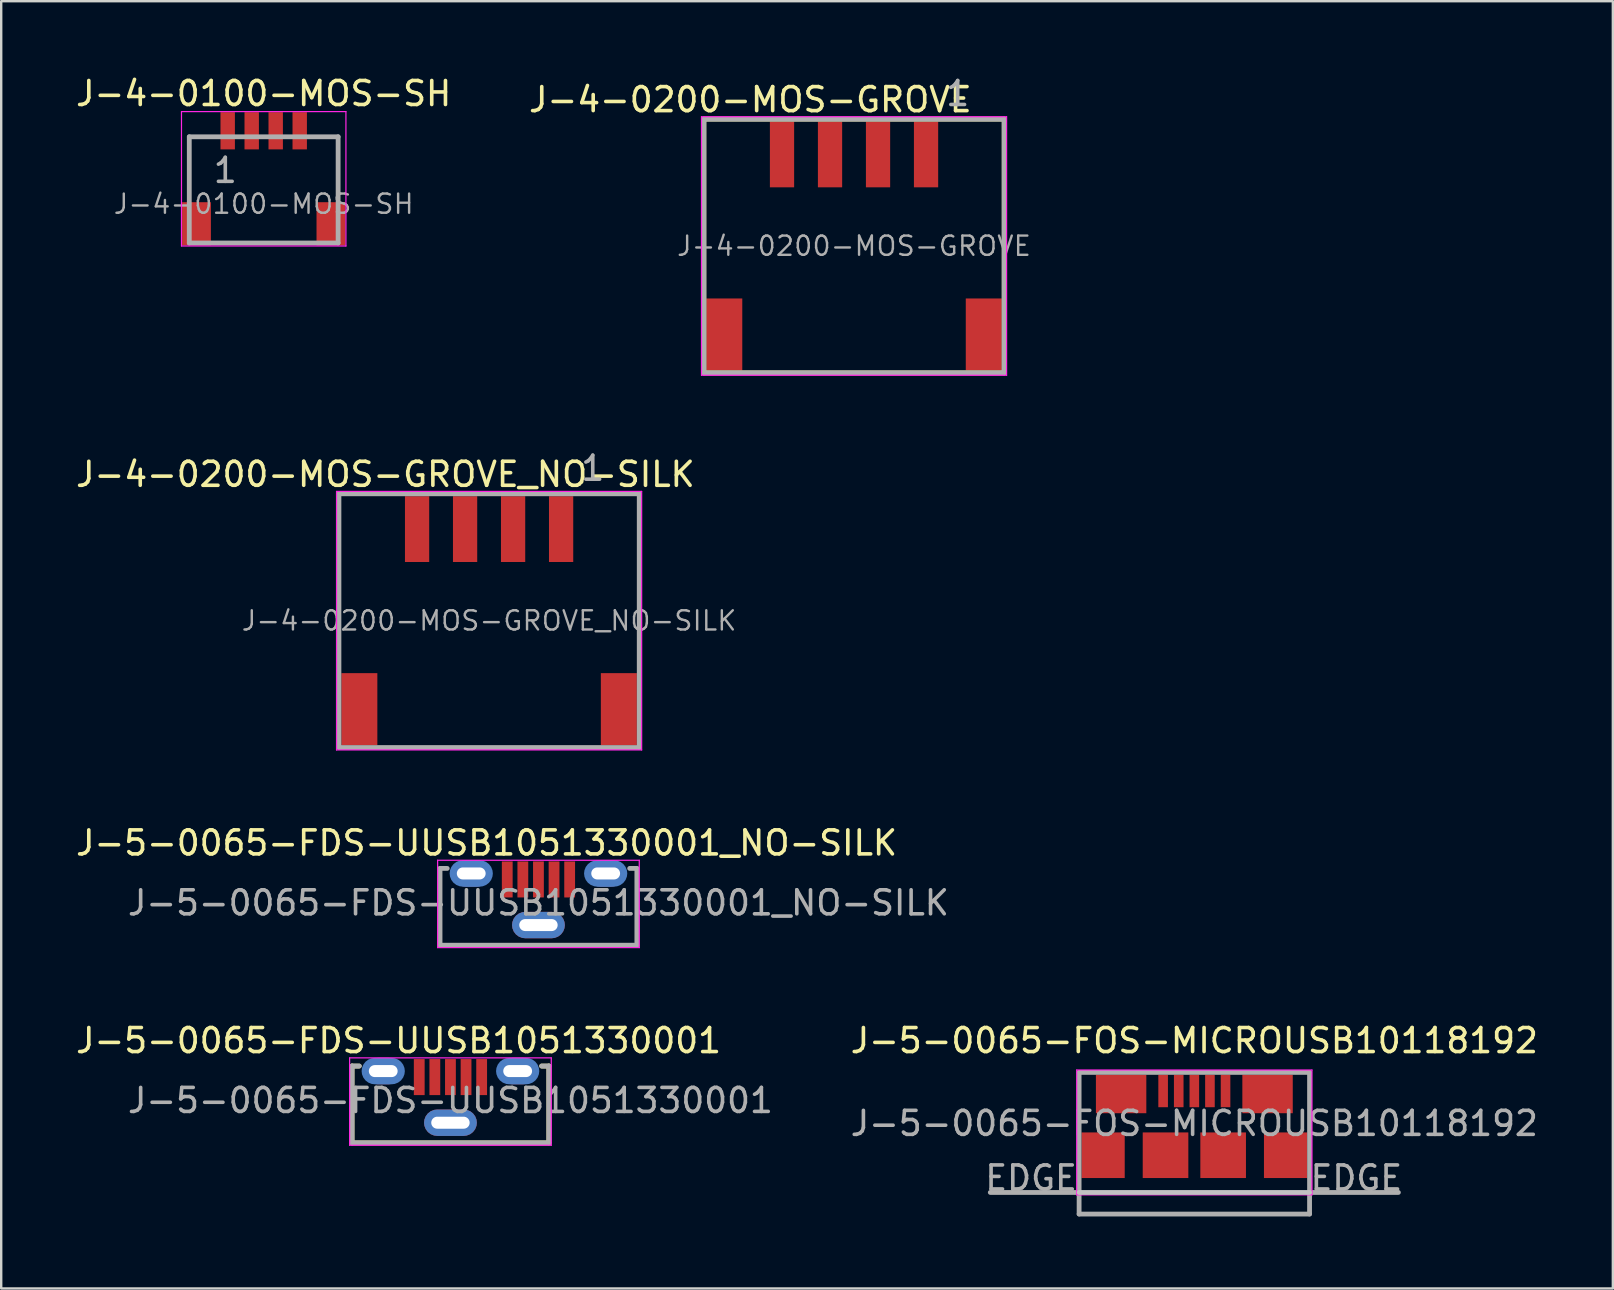
<source format=kicad_pcb>
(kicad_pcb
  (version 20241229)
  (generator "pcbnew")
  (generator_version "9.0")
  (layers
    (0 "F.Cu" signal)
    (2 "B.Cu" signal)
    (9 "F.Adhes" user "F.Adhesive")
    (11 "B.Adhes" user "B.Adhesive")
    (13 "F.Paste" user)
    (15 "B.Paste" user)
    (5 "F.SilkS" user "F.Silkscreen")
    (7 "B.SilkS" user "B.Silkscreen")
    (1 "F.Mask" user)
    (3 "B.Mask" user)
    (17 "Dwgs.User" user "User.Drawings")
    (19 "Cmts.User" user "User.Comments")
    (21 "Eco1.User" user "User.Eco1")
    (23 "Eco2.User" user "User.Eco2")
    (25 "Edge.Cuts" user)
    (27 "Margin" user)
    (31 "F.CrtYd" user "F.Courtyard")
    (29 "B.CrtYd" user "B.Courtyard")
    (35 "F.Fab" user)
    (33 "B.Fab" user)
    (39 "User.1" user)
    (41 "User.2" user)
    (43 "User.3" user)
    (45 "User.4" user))
  (footprint "J-4-0200-MOS-GROVE"
    (layer "F.Cu")
    (at 32.526 7.198)
    (property "Reference" "J-4-0200-MOS-GROVE" (at -4.318 -6.096 0) (layer "F.SilkS") (effects (font (size 1 1) (thickness 0.15))))
    (attr smd)
    (fp_line (start -6.255 -5.285) (end -6.255 5.285) (stroke (width 0.2) (type solid)) (layer "F.SilkS"))
    (fp_line (start -6.255 -5.285) (end 6.255 -5.285) (stroke (width 0.2) (type solid)) (layer "F.SilkS"))
    (fp_line (start -6.255 5.285) (end 6.255 5.285) (stroke (width 0.2) (type solid)) (layer "F.SilkS"))
    (fp_line (start 6.255 -5.285) (end 6.255 5.285) (stroke (width 0.2) (type solid)) (layer "F.SilkS"))
    (fp_line (start -6.355 -5.385) (end -6.355 5.385) (stroke (width 0.05) (type solid)) (layer "F.CrtYd"))
    (fp_line (start -6.355 5.385) (end 6.355 5.385) (stroke (width 0.05) (type solid)) (layer "F.CrtYd"))
    (fp_line (start 6.355 -5.385) (end -6.355 -5.385) (stroke (width 0.05) (type solid)) (layer "F.CrtYd"))
    (fp_line (start 6.355 5.385) (end 6.355 -5.385) (stroke (width 0.05) (type solid)) (layer "F.CrtYd"))
    (fp_line (start -6.255 -5.285) (end -6.255 5.285) (stroke (width 0.2) (type solid)) (layer "F.Fab"))
    (fp_line (start -6.255 -5.285) (end 6.255 -5.285) (stroke (width 0.2) (type solid)) (layer "F.Fab"))
    (fp_line (start -6.255 5.285) (end 6.255 5.285) (stroke (width 0.2) (type solid)) (layer "F.Fab"))
    (fp_line (start 6.255 -5.285) (end 6.255 5.285) (stroke (width 0.2) (type solid)) (layer "F.Fab"))
    (fp_text user "1" (at 4.318 -6.35 0) (layer "F.Fab") (effects (font (size 1 1) (thickness 0.15))))
    (fp_text user "${REFERENCE}" (at 0 0 0) (layer "F.Fab") (effects (font (size 0.8 0.8) (thickness 0.1))))
    (pad "1" smd rect (at 3 -3.815) (size 1.01 2.74) (layers "F.Cu" "F.Mask" "F.Paste"))
    (pad "2" smd rect (at 1 -3.815) (size 1.01 2.74) (layers "F.Cu" "F.Mask" "F.Paste"))
    (pad "3" smd rect (at -1 -3.815) (size 1.01 2.74) (layers "F.Cu" "F.Mask" "F.Paste"))
    (pad "4" smd rect (at -3 -3.815) (size 1.01 2.74) (layers "F.Cu" "F.Mask" "F.Paste"))
    (pad "MP" smd rect (at -5.405 3.685) (size 1.5 3) (layers "F.Cu" "F.Mask" "F.Paste"))
    (pad "MP" smd rect (at 5.405 3.685) (size 1.5 3) (layers "F.Cu" "F.Mask" "F.Paste")))
  (footprint "J-4-0200-MOS-GROVE_NO-SILK"
    (layer "F.Cu")
    (at 17.324 22.806)
    (property "Reference" "J-4-0200-MOS-GROVE_NO-SILK" (at -4.318 -6.096 0) (layer "F.SilkS") (effects (font (size 1 1) (thickness 0.15))))
    (attr smd)
    (fp_line (start -6.355 -5.385) (end -6.355 5.385) (stroke (width 0.05) (type solid)) (layer "F.CrtYd"))
    (fp_line (start -6.355 5.385) (end 6.355 5.385) (stroke (width 0.05) (type solid)) (layer "F.CrtYd"))
    (fp_line (start 6.355 -5.385) (end -6.355 -5.385) (stroke (width 0.05) (type solid)) (layer "F.CrtYd"))
    (fp_line (start 6.355 5.385) (end 6.355 -5.385) (stroke (width 0.05) (type solid)) (layer "F.CrtYd"))
    (fp_line (start -6.255 -5.285) (end -6.255 5.285) (stroke (width 0.2) (type solid)) (layer "F.Fab"))
    (fp_line (start -6.255 -5.285) (end 6.255 -5.285) (stroke (width 0.2) (type solid)) (layer "F.Fab"))
    (fp_line (start -6.255 5.285) (end 6.255 5.285) (stroke (width 0.2) (type solid)) (layer "F.Fab"))
    (fp_line (start 6.255 -5.285) (end 6.255 5.285) (stroke (width 0.2) (type solid)) (layer "F.Fab"))
    (fp_text user "${REFERENCE}" (at 0 0 0) (layer "F.Fab") (effects (font (size 0.8 0.8) (thickness 0.1))))
    (fp_text user "1" (at 4.318 -6.35 0) (layer "F.Fab") (effects (font (size 1 1) (thickness 0.15))))
    (pad "1" smd rect (at 3 -3.815) (size 1.01 2.74) (layers "F.Cu" "F.Mask" "F.Paste"))
    (pad "2" smd rect (at 1 -3.815) (size 1.01 2.74) (layers "F.Cu" "F.Mask" "F.Paste"))
    (pad "3" smd rect (at -1 -3.815) (size 1.01 2.74) (layers "F.Cu" "F.Mask" "F.Paste"))
    (pad "4" smd rect (at -3 -3.815) (size 1.01 2.74) (layers "F.Cu" "F.Mask" "F.Paste"))
    (pad "MP" smd rect (at -5.405 3.685) (size 1.5 3) (layers "F.Cu" "F.Mask" "F.Paste"))
    (pad "MP" smd rect (at 5.405 3.685) (size 1.5 3) (layers "F.Cu" "F.Mask" "F.Paste")))
  (footprint "J-5-0065-FDS-UUSB1051330001_NO-SILK"
    (layer "F.Cu")
    (at 19.38 33.335)
    (property "Reference" "J-5-0065-FDS-UUSB1051330001_NO-SILK" (at -2.16 -1.27 0) (layer "F.SilkS") (effects (font (size 1 1) (thickness 0.15))))
    (attr smd)
    (fp_line (start -4.2 -0.55) (end 4.2 -0.55) (stroke (width 0.05) (type solid)) (layer "F.CrtYd"))
    (fp_line (start -4.2 3.09) (end -4.2 -0.55) (stroke (width 0.05) (type solid)) (layer "F.CrtYd"))
    (fp_line (start -4.2 3.09) (end 4.2 3.09) (stroke (width 0.05) (type solid)) (layer "F.CrtYd"))
    (fp_line (start 4.2 -0.55) (end 4.2 3.09) (stroke (width 0.05) (type solid)) (layer "F.CrtYd"))
    (fp_line (start -4.1 -0.21) (end -3.8 -0.21) (stroke (width 0.2) (type solid)) (layer "F.Fab"))
    (fp_line (start -4.1 2.99) (end -4.1 -0.21) (stroke (width 0.2) (type solid)) (layer "F.Fab"))
    (fp_line (start 3.8 -0.21) (end 4.1 -0.21) (stroke (width 0.2) (type solid)) (layer "F.Fab"))
    (fp_line (start 4.1 -0.21) (end 4.1 2.99) (stroke (width 0.2) (type solid)) (layer "F.Fab"))
    (fp_line (start 4.1 2.99) (end -4.1 2.99) (stroke (width 0.2) (type solid)) (layer "F.Fab"))
    (fp_text user "${REFERENCE}" (at 0 1.225 0) (layer "F.Fab") (effects (font (size 1 1) (thickness 0.15))))
    (pad "1" smd rect (at -1.3 0.25) (size 0.45 1.5) (layers "F.Cu" "F.Mask" "F.Paste"))
    (pad "2" smd rect (at -0.65 0.25) (size 0.45 1.5) (layers "F.Cu" "F.Mask" "F.Paste"))
    (pad "3" smd rect (at 0 0.25) (size 0.45 1.5) (layers "F.Cu" "F.Mask" "F.Paste"))
    (pad "4" smd rect (at 0.65 0.25) (size 0.45 1.5) (layers "F.Cu" "F.Mask" "F.Paste"))
    (pad "5" smd rect (at 1.3 0.25) (size 0.45 1.5) (layers "F.Cu" "F.Mask" "F.Paste"))
    (pad "6" thru_hole roundrect (at -2.8 0) (size 1.55 1.1) (drill oval 1.2 0.5) (layers "*.Cu" "*.Mask") (roundrect_rratio 0.5))
    (pad "6" smd roundrect (at -2.8 0) (size 1.8 1.1) (layers "B.Cu" "B.Mask") (roundrect_rratio 0.5))
    (pad "6" thru_hole roundrect (at 0 2.15) (size 2.2 1.1) (drill oval 1.6 0.5) (layers "*.Cu" "*.Mask") (roundrect_rratio 0.5))
    (pad "6" thru_hole roundrect (at 2.8 0) (size 1.55 1.1) (drill oval 1.2 0.5) (layers "*.Cu" "*.Mask") (roundrect_rratio 0.5))
    (pad "6" smd roundrect (at 2.8 0) (size 1.8 1.1) (layers "B.Cu" "B.Mask") (roundrect_rratio 0.5)))
  (footprint "J-5-0065-FOS-MICROUSB10118192"
    (layer "F.Cu")
    (at 46.702 42.523)
    (property "Reference" "J-5-0065-FOS-MICROUSB10118192" (at 0 -2.225 0) (layer "F.SilkS") (effects (font (size 1 1) (thickness 0.15))))
    (attr smd)
    (fp_line (start 4.8 4.1) (end -4.8 4.1) (stroke (width 0.2) (type solid)) (layer "Dwgs.User"))
    (fp_line (start -4.9 -1) (end -4.9 4.2) (stroke (width 0.05) (type solid)) (layer "F.CrtYd"))
    (fp_line (start -4.9 -1) (end 4.9 -1) (stroke (width 0.05) (type solid)) (layer "F.CrtYd"))
    (fp_line (start -4.9 4.2) (end 4.9 4.2) (stroke (width 0.05) (type solid)) (layer "F.CrtYd"))
    (fp_line (start 4.9 -1) (end 4.9 4.2) (stroke (width 0.05) (type solid)) (layer "F.CrtYd"))
    (fp_line (start -8.5 4.1) (end -4.8 4.1) (stroke (width 0.2) (type solid)) (layer "F.Fab"))
    (fp_line (start -4.8 -0.9) (end 4.8 -0.9) (stroke (width 0.2) (type solid)) (layer "F.Fab"))
    (fp_line (start -4.8 5) (end -4.8 -0.9) (stroke (width 0.2) (type solid)) (layer "F.Fab"))
    (fp_line (start 4.8 -0.9) (end 4.8 5) (stroke (width 0.2) (type solid)) (layer "F.Fab"))
    (fp_line (start 4.8 4.1) (end 8.5 4.1) (stroke (width 0.2) (type solid)) (layer "F.Fab"))
    (fp_line (start 4.8 5) (end -4.8 5) (stroke (width 0.2) (type solid)) (layer "F.Fab"))
    (fp_text user "${REFERENCE}" (at 0 1.225 0) (layer "F.Fab") (effects (font (size 1 1) (thickness 0.15))))
    (fp_text user "EDGE" (at 6.75 3.5 0) (layer "F.Fab") (effects (font (size 1 1) (thickness 0.15))))
    (fp_text user "EDGE" (at -6.8 3.5 0) (layer "F.Fab") (effects (font (size 1 1) (thickness 0.15))))
    (pad "1" smd rect (at -1.3 -0.125) (size 0.4 1.35) (layers "F.Cu" "F.Mask" "F.Paste"))
    (pad "2" smd rect (at -0.65 -0.125) (size 0.4 1.35) (layers "F.Cu" "F.Mask" "F.Paste"))
    (pad "3" smd rect (at 0 -0.125) (size 0.4 1.35) (layers "F.Cu" "F.Mask" "F.Paste"))
    (pad "4" smd rect (at 0.65 -0.125) (size 0.4 1.35) (layers "F.Cu" "F.Mask" "F.Paste"))
    (pad "5" smd rect (at 1.3 -0.125) (size 0.4 1.35) (layers "F.Cu" "F.Mask" "F.Paste"))
    (pad "6" smd rect (at -3.8 2.55) (size 1.8 1.9) (layers "F.Cu" "F.Mask" "F.Paste"))
    (pad "6" smd rect (at -3.05 0) (size 2.1 1.6) (layers "F.Cu" "F.Mask" "F.Paste"))
    (pad "6" smd rect (at -1.2 2.55) (size 1.9 1.9) (layers "F.Cu" "F.Mask" "F.Paste"))
    (pad "6" smd rect (at 1.2 2.55) (size 1.9 1.9) (layers "F.Cu" "F.Mask" "F.Paste"))
    (pad "6" smd rect (at 3.05 0) (size 2.1 1.6) (layers "F.Cu" "F.Mask" "F.Paste"))
    (pad "6" smd rect (at 3.8 2.55) (size 1.8 1.9) (layers "F.Cu" "F.Mask" "F.Paste")))
  (footprint "J-5-0065-FDS-UUSB1051330001"
    (layer "F.Cu")
    (at 15.714 41.568)
    (property "Reference" "J-5-0065-FDS-UUSB1051330001" (at -2.16 -1.27 0) (layer "F.SilkS") (effects (font (size 1 1) (thickness 0.15))))
    (attr smd)
    (fp_line (start -4.1 -0.21) (end -3.8 -0.21) (stroke (width 0.2) (type solid)) (layer "F.SilkS"))
    (fp_line (start -4.1 2.99) (end -4.1 -0.21) (stroke (width 0.2) (type solid)) (layer "F.SilkS"))
    (fp_line (start 3.8 -0.21) (end 4.1 -0.21) (stroke (width 0.2) (type solid)) (layer "F.SilkS"))
    (fp_line (start 4.1 -0.21) (end 4.1 2.99) (stroke (width 0.2) (type solid)) (layer "F.SilkS"))
    (fp_line (start 4.1 2.99) (end -4.1 2.99) (stroke (width 0.2) (type solid)) (layer "F.SilkS"))
    (fp_line (start -4.2 -0.55) (end 4.2 -0.55) (stroke (width 0.05) (type solid)) (layer "F.CrtYd"))
    (fp_line (start -4.2 3.09) (end -4.2 -0.55) (stroke (width 0.05) (type solid)) (layer "F.CrtYd"))
    (fp_line (start -4.2 3.09) (end 4.2 3.09) (stroke (width 0.05) (type solid)) (layer "F.CrtYd"))
    (fp_line (start 4.2 -0.55) (end 4.2 3.09) (stroke (width 0.05) (type solid)) (layer "F.CrtYd"))
    (fp_line (start -4.1 -0.21) (end -3.8 -0.21) (stroke (width 0.2) (type solid)) (layer "F.Fab"))
    (fp_line (start -4.1 2.99) (end -4.1 -0.21) (stroke (width 0.2) (type solid)) (layer "F.Fab"))
    (fp_line (start 3.8 -0.21) (end 4.1 -0.21) (stroke (width 0.2) (type solid)) (layer "F.Fab"))
    (fp_line (start 4.1 -0.21) (end 4.1 2.99) (stroke (width 0.2) (type solid)) (layer "F.Fab"))
    (fp_line (start 4.1 2.99) (end -4.1 2.99) (stroke (width 0.2) (type solid)) (layer "F.Fab"))
    (fp_text user "${REFERENCE}" (at 0 1.225 0) (layer "F.Fab") (effects (font (size 1 1) (thickness 0.15))))
    (pad "1" smd rect (at -1.3 0.25) (size 0.45 1.5) (layers "F.Cu" "F.Mask" "F.Paste"))
    (pad "2" smd rect (at -0.65 0.25) (size 0.45 1.5) (layers "F.Cu" "F.Mask" "F.Paste"))
    (pad "3" smd rect (at 0 0.25) (size 0.45 1.5) (layers "F.Cu" "F.Mask" "F.Paste"))
    (pad "4" smd rect (at 0.65 0.25) (size 0.45 1.5) (layers "F.Cu" "F.Mask" "F.Paste"))
    (pad "5" smd rect (at 1.3 0.25) (size 0.45 1.5) (layers "F.Cu" "F.Mask" "F.Paste"))
    (pad "6" thru_hole roundrect (at -2.8 0) (size 1.55 1.1) (drill oval 1.2 0.5) (layers "*.Cu" "*.Mask") (roundrect_rratio 0.5))
    (pad "6" smd roundrect (at -2.8 0) (size 1.8 1.1) (layers "B.Cu" "B.Mask") (roundrect_rratio 0.5))
    (pad "6" thru_hole roundrect (at 0 2.15) (size 2.2 1.1) (drill oval 1.6 0.5) (layers "*.Cu" "*.Mask") (roundrect_rratio 0.5))
    (pad "6" thru_hole roundrect (at 2.8 0) (size 1.55 1.1) (drill oval 1.2 0.5) (layers "*.Cu" "*.Mask") (roundrect_rratio 0.5))
    (pad "6" smd roundrect (at 2.8 0) (size 1.8 1.1) (layers "B.Cu" "B.Mask") (roundrect_rratio 0.5)))
  (footprint "J-4-0100-MOS-SH"
    (layer "F.Cu")
    (at 7.935 4.848)
    (property "Reference" "J-4-0100-MOS-SH" (at 0 -4 0) (layer "F.SilkS") (effects (font (size 1 1) (thickness 0.15))))
    (attr smd)
    (fp_line (start -3.425 -3.25) (end -3.425 2.35) (stroke (width 0.05) (type solid)) (layer "F.CrtYd"))
    (fp_line (start -3.425 2.35) (end 3.425 2.35) (stroke (width 0.05) (type solid)) (layer "F.CrtYd"))
    (fp_line (start 3.425 -3.25) (end -3.425 -3.25) (stroke (width 0.05) (type solid)) (layer "F.CrtYd"))
    (fp_line (start 3.425 2.35) (end 3.425 -3.25) (stroke (width 0.05) (type solid)) (layer "F.CrtYd"))
    (fp_line (start -3.1 -2.2) (end -3.1 2.225) (stroke (width 0.2) (type solid)) (layer "F.Fab"))
    (fp_line (start -3.1 -2.2) (end 3.1 -2.2) (stroke (width 0.2) (type solid)) (layer "F.Fab"))
    (fp_line (start -3.1 2.225) (end 3.1 2.225) (stroke (width 0.2) (type solid)) (layer "F.Fab"))
    (fp_line (start 3.1 -2.2) (end 3.1 2.225) (stroke (width 0.2) (type solid)) (layer "F.Fab"))
    (fp_text user "${REFERENCE}" (at 0 0.6 0) (layer "F.Fab") (effects (font (size 0.8 0.8) (thickness 0.1))))
    (fp_text user "1" (at -1.6 -0.8 0) (layer "F.Fab") (effects (font (size 1 1) (thickness 0.15))))
    (pad "1" smd rect (at -1.5 -2.45) (size 0.6 1.55) (layers "F.Cu" "F.Mask" "F.Paste"))
    (pad "2" smd rect (at -0.5 -2.45) (size 0.6 1.55) (layers "F.Cu" "F.Mask" "F.Paste"))
    (pad "3" smd rect (at 0.5 -2.45) (size 0.6 1.55) (layers "F.Cu" "F.Mask" "F.Paste"))
    (pad "4" smd rect (at 1.5 -2.45) (size 0.6 1.55) (layers "F.Cu" "F.Mask" "F.Paste"))
    (pad "MP" smd rect (at -2.8 1.425) (size 1.2 1.8) (layers "F.Cu" "F.Mask" "F.Paste"))
    (pad "MP" smd rect (at 2.8 1.425) (size 1.2 1.8) (layers "F.Cu" "F.Mask" "F.Paste")))
  (gr_rect
    (start -3 -3)
    (end 64.136 50.623)
    (stroke (width 0.1) (type default))
    (fill no)
    (layer "Edge.Cuts")))
</source>
